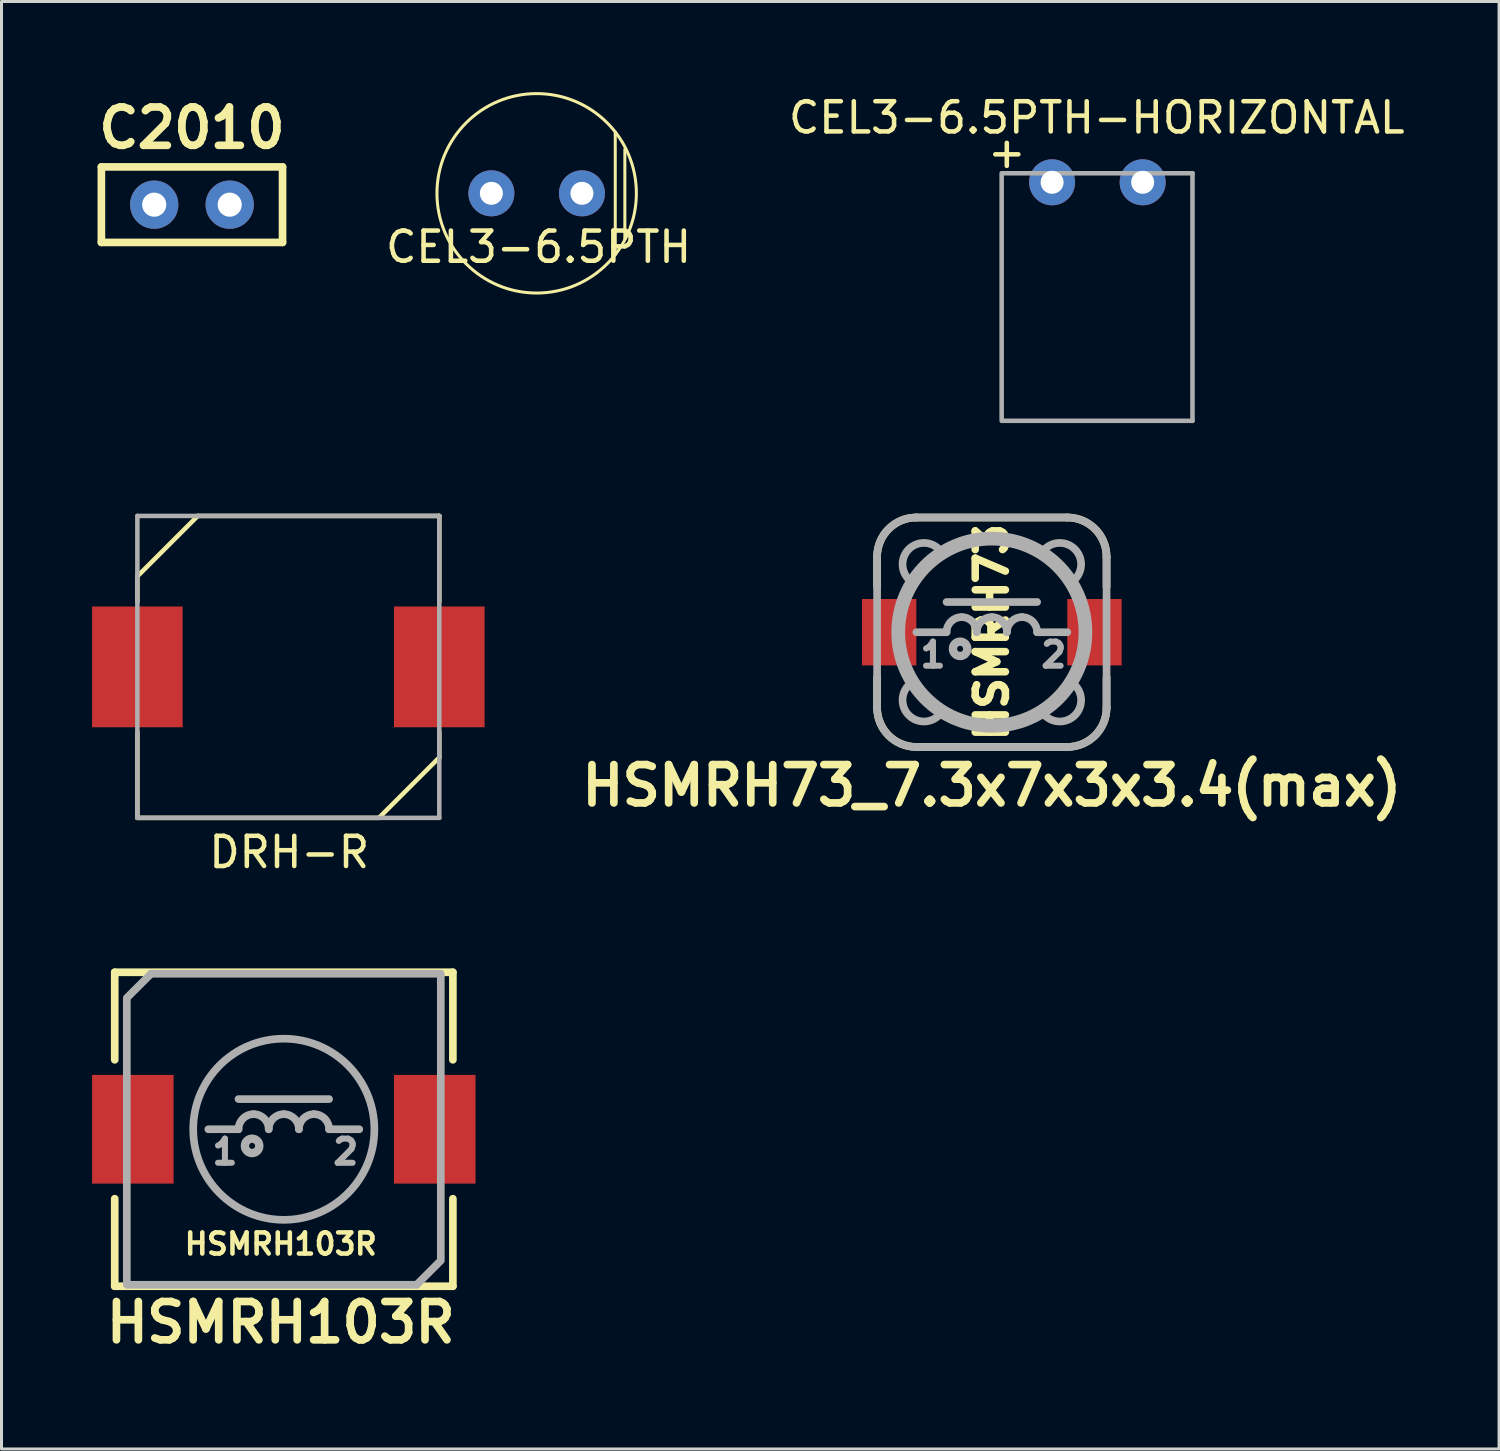
<source format=kicad_pcb>
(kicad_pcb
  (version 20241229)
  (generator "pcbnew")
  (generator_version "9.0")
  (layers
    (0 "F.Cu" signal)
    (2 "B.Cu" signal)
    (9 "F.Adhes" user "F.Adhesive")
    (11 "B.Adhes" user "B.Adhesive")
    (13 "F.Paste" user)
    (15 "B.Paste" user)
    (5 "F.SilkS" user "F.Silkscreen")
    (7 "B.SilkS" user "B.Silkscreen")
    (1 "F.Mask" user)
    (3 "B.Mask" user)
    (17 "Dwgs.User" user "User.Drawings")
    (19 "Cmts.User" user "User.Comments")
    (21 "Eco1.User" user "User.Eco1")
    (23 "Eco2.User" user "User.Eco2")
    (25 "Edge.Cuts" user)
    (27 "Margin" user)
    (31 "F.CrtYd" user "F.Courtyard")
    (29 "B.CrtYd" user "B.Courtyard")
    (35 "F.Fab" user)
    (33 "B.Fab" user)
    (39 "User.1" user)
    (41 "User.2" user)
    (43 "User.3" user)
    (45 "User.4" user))
  (footprint "CEL3-6.5PTH-HORIZONTAL"
    (layer "F.Cu")
    (at 33.297 2.988)
    (property "Reference" "CEL3-6.5PTH-HORIZONTAL" (at -0.02 -2.14 0) (layer "F.SilkS") (effects (font (size 1 1) (thickness 0.15))))
    (attr through_hole)
    (fp_line (start -3.17 7.9) (end -3.17 -0.3) (stroke (width 0.15) (type solid)) (layer "F.Fab"))
    (fp_line (start -3.15 -0.3) (end 3.15 -0.3) (stroke (width 0.15) (type solid)) (layer "F.Fab"))
    (fp_line (start 3.15 -0.3) (end 3.15 7.9) (stroke (width 0.15) (type solid)) (layer "F.Fab"))
    (fp_line (start 3.15 7.9) (end -3.15 7.9) (stroke (width 0.15) (type solid)) (layer "F.Fab"))
    (fp_text user "+" (at -3 -1 0) (layer "F.SilkS") (effects (font (size 1 1) (thickness 0.15))))
    (pad "1" thru_hole oval (at -1.5 0) (size 1.524 1.524) (drill 0.762) (layers "*.Cu" "*.Mask"))
    (pad "2" thru_hole circle (at 1.5 0) (size 1.524 1.524) (drill 0.762) (layers "*.Cu" "*.Mask")))
  (footprint "HSMRH103R"
    (layer "F.Cu")
    (at 6.35 34.353)
    (property "Reference" "HSMRH103R" (at -0.1 6.4 0) (layer "F.SilkS") (effects (font (size 1.27 1.27) (thickness 0.254))))
    (attr smd)
    (fp_line (start -5.6 -5.2) (end -5.6 -2.3) (stroke (width 0.254) (type solid)) (layer "F.SilkS"))
    (fp_line (start -5.6 -5.2) (end 5.6 -5.2) (stroke (width 0.254) (type solid)) (layer "F.SilkS"))
    (fp_line (start -5.6 5.2) (end -5.6 2.3) (stroke (width 0.254) (type solid)) (layer "F.SilkS"))
    (fp_line (start 5.6 -5.2) (end 5.6 -2.3) (stroke (width 0.254) (type solid)) (layer "F.SilkS"))
    (fp_line (start 5.6 5.2) (end -5.6 5.2) (stroke (width 0.254) (type solid)) (layer "F.SilkS"))
    (fp_line (start 5.6 5.2) (end 5.6 2.3) (stroke (width 0.254) (type solid)) (layer "F.SilkS"))
    (fp_line (start -5.2 5.15) (end -5.2 -4.35) (stroke (width 0.254) (type solid)) (layer "F.Fab"))
    (fp_line (start -4.4 -5.15) (end -5.15 -4.4) (stroke (width 0.254) (type solid)) (layer "F.Fab"))
    (fp_line (start -4.4 -5.15) (end 5.15 -5.15) (stroke (width 0.254) (type solid)) (layer "F.Fab"))
    (fp_line (start -1.5 -1) (end 1.5 -1) (stroke (width 0.254) (type solid)) (layer "F.Fab"))
    (fp_line (start -1.5 0) (end -2.5 0) (stroke (width 0.254) (type solid)) (layer "F.Fab"))
    (fp_line (start 1.5 0) (end 2.5 0) (stroke (width 0.254) (type solid)) (layer "F.Fab"))
    (fp_line (start 4.4 5.15) (end -5.15 5.15) (stroke (width 0.254) (type solid)) (layer "F.Fab"))
    (fp_line (start 4.4 5.15) (end 5.15 4.4) (stroke (width 0.254) (type solid)) (layer "F.Fab"))
    (fp_line (start 5.2 -5.15) (end 5.2 4.35) (stroke (width 0.254) (type solid)) (layer "F.Fab"))
    (fp_arc (start -1.5 0) (mid -1.353553 -0.353553) (end -1 -0.5) (stroke (width 0.254) (type solid)) (layer "F.Fab"))
    (fp_arc (start -1 -0.5) (mid -0.646447 -0.353553) (end -0.5 0) (stroke (width 0.254) (type solid)) (layer "F.Fab"))
    (fp_arc (start -0.5 0) (mid -0.353553 -0.353553) (end 0 -0.5) (stroke (width 0.254) (type solid)) (layer "F.Fab"))
    (fp_arc (start 0 -0.5) (mid 0.353553 -0.353553) (end 0.5 0) (stroke (width 0.254) (type solid)) (layer "F.Fab"))
    (fp_arc (start 0.5 0) (mid 0.646447 -0.353553) (end 1 -0.5) (stroke (width 0.254) (type solid)) (layer "F.Fab"))
    (fp_arc (start 1 -0.5) (mid 1.353553 -0.353553) (end 1.5 0) (stroke (width 0.254) (type solid)) (layer "F.Fab"))
    (fp_circle (center -1.05 0.55) (end -1.15 0.55) (stroke (width 0.254) (type solid)) (fill no) (layer "F.Fab"))
    (fp_circle (center -1.05 0.55) (end -1.05 0.8) (stroke (width 0.254) (type solid)) (fill no) (layer "F.Fab"))
    (fp_circle (center 0 0) (end 0 3) (stroke (width 0.254) (type solid)) (fill no) (layer "F.Fab"))
    (fp_text user "HSMRH103R" (at -0.1 3.8 180) (layer "F.SilkS") (effects (font (size 0.7 0.7) (thickness 0.15))))
    (fp_text user "2" (at 2.05 0.75 0) (layer "F.Fab") (effects (font (size 0.8 0.8) (thickness 0.2))))
    (fp_text user "1" (at -1.95 0.75 0) (layer "F.Fab") (effects (font (size 0.8 0.8) (thickness 0.2))))
    (pad "1" smd rect (at -5 0) (size 2.7 3.6) (layers "F.Cu" "F.Mask" "F.Paste"))
    (pad "2" smd rect (at 5 0) (size 2.7 3.6) (layers "F.Cu" "F.Mask" "F.Paste")))
  (footprint "C2010"
    (layer "F.Cu")
    (at 3.308 3.729)
    (property "Reference" "C2010" (at 0 -2.54 180) (layer "F.SilkS") (effects (font (size 1.27 1.27) (thickness 0.254))))
    (attr through_hole)
    (fp_line (start -3 -1.25) (end 3 -1.25) (stroke (width 0.254) (type solid)) (layer "F.SilkS"))
    (fp_line (start -3 1.25) (end -3 -1.25) (stroke (width 0.254) (type solid)) (layer "F.SilkS"))
    (fp_line (start -3 1.25) (end 3 1.25) (stroke (width 0.254) (type solid)) (layer "F.SilkS"))
    (fp_line (start 3 1.25) (end 3 -1.25) (stroke (width 0.254) (type solid)) (layer "F.SilkS"))
    (pad "1" thru_hole circle (at -1.25 0) (size 1.6 1.6) (drill 0.8) (layers "*.Cu" "*.Mask"))
    (pad "2" thru_hole circle (at 1.25 0) (size 1.6 1.6) (drill 0.8) (layers "*.Cu" "*.Mask")))
  (footprint "CEL3-6.5PTH"
    (layer "F.Cu")
    (at 14.725 3.353)
    (property "Reference" "CEL3-6.5PTH" (at 0.064 1.778 0) (layer "F.SilkS") (effects (font (size 1 1) (thickness 0.15))))
    (attr through_hole)
    (fp_line (start 2.603 -2.032) (end 2.603 2.032) (stroke (width 0.1) (type solid)) (layer "F.SilkS"))
    (fp_line (start 2.921 -1.46) (end 2.921 1.524) (stroke (width 0.1) (type solid)) (layer "F.SilkS"))
    (fp_circle (center 0 0) (end -3.302 -0.064) (stroke (width 0.1) (type solid)) (fill no) (layer "F.SilkS"))
    (pad "1" thru_hole oval (at -1.5 0) (size 1.524 1.524) (drill 0.762) (layers "*.Cu" "*.Mask"))
    (pad "2" thru_hole circle (at 1.5 0) (size 1.524 1.524) (drill 0.762) (layers "*.Cu" "*.Mask")))
  (footprint "DRH-R"
    (layer "F.Cu")
    (at 6.5 19.038)
    (property "Reference" "DRH-R" (at 0.03 6.14 0) (layer "F.SilkS") (effects (font (size 1 1) (thickness 0.15))))
    (attr smd)
    (fp_line (start -5 -3) (end -3 -5) (stroke (width 0.15) (type solid)) (layer "F.SilkS"))
    (fp_line (start -5 -2.159) (end -5 -3) (stroke (width 0.15) (type solid)) (layer "F.SilkS"))
    (fp_line (start -5 5) (end -5 2.159) (stroke (width 0.15) (type solid)) (layer "F.SilkS"))
    (fp_line (start -3 -5) (end 5 -5) (stroke (width 0.15) (type solid)) (layer "F.SilkS"))
    (fp_line (start 3 5) (end -5 5) (stroke (width 0.15) (type solid)) (layer "F.SilkS"))
    (fp_line (start 5 -5) (end 5 -2.159) (stroke (width 0.15) (type solid)) (layer "F.SilkS"))
    (fp_line (start 5 2.159) (end 5 3) (stroke (width 0.15) (type solid)) (layer "F.SilkS"))
    (fp_line (start 5 3) (end 3 5) (stroke (width 0.15) (type solid)) (layer "F.SilkS"))
    (fp_line (start -5 -5) (end 5 -5) (stroke (width 0.15) (type solid)) (layer "F.Fab"))
    (fp_line (start -5 5) (end -5 -5) (stroke (width 0.15) (type solid)) (layer "F.Fab"))
    (fp_line (start 5 -5) (end 5 5) (stroke (width 0.15) (type solid)) (layer "F.Fab"))
    (fp_line (start 5 5) (end -5 5) (stroke (width 0.15) (type solid)) (layer "F.Fab"))
    (pad "1" smd rect (at -5 0) (size 3 4) (layers "F.Cu" "F.Mask" "F.Paste"))
    (pad "2" smd rect (at 5 0) (size 3 4) (layers "F.Cu" "F.Mask" "F.Paste")))
  (footprint "HSMRH73_7.3x7x3x3.4(max)"
    (layer "F.Cu")
    (at 29.801 17.89)
    (property "Reference" "HSMRH73_7.3x7x3x3.4(max)" (at 0 5.08 0) (layer "F.SilkS") (effects (font (size 1.27 1.27) (thickness 0.254))))
    (attr smd)
    (fp_line (start -3.8 -1.5) (end -3.8 -2.5) (stroke (width 0.254) (type solid)) (layer "F.SilkS"))
    (fp_line (start -3.8 2.5) (end -3.8 1.5) (stroke (width 0.254) (type solid)) (layer "F.SilkS"))
    (fp_line (start -2.5 -3.8) (end 2.5 -3.8) (stroke (width 0.254) (type solid)) (layer "F.SilkS"))
    (fp_line (start 2.5 3.8) (end -2.5 3.8) (stroke (width 0.254) (type solid)) (layer "F.SilkS"))
    (fp_line (start 3.8 -2.5) (end 3.8 -1.5) (stroke (width 0.254) (type solid)) (layer "F.SilkS"))
    (fp_line (start 3.8 1.5) (end 3.8 2.5) (stroke (width 0.254) (type solid)) (layer "F.SilkS"))
    (fp_arc (start -3.8 -2.5) (mid -3.419239 -3.419239) (end -2.5 -3.8) (stroke (width 0.254) (type solid)) (layer "F.SilkS"))
    (fp_arc (start -2.5 3.8) (mid -3.419239 3.419239) (end -3.8 2.5) (stroke (width 0.254) (type solid)) (layer "F.SilkS"))
    (fp_arc (start 2.5 -3.8) (mid 3.419239 -3.419239) (end 3.8 -2.5) (stroke (width 0.254) (type solid)) (layer "F.SilkS"))
    (fp_arc (start 3.8 2.5) (mid 3.419239 3.419239) (end 2.5 3.8) (stroke (width 0.254) (type solid)) (layer "F.SilkS"))
    (fp_line (start -3.8 2.5) (end -3.8 -2.5) (stroke (width 0.254) (type solid)) (layer "F.Fab"))
    (fp_line (start -2.5 -3.8) (end 2.5 -3.8) (stroke (width 0.254) (type solid)) (layer "F.Fab"))
    (fp_line (start -1.5 -1) (end 1.5 -1) (stroke (width 0.254) (type solid)) (layer "F.Fab"))
    (fp_line (start -1.5 0) (end -2.5 0) (stroke (width 0.254) (type solid)) (layer "F.Fab"))
    (fp_line (start 1.5 0) (end 2.5 0) (stroke (width 0.254) (type solid)) (layer "F.Fab"))
    (fp_line (start 2.5 3.8) (end -2.5 3.8) (stroke (width 0.254) (type solid)) (layer "F.Fab"))
    (fp_line (start 3.8 -2.5) (end 3.8 2.5) (stroke (width 0.254) (type solid)) (layer "F.Fab"))
    (fp_arc (start -3.8 -2.5) (mid -3.419239 -3.419239) (end -2.5 -3.8) (stroke (width 0.254) (type solid)) (layer "F.Fab"))
    (fp_arc (start -2.75 -1.75) (mid -2.75 -2.75) (end -1.75 -2.75) (stroke (width 0.254) (type solid)) (layer "F.Fab"))
    (fp_arc (start -2.5 3.8) (mid -3.419239 3.419239) (end -3.8 2.5) (stroke (width 0.254) (type solid)) (layer "F.Fab"))
    (fp_arc (start -1.75 2.75) (mid -2.75 2.75) (end -2.75 1.75) (stroke (width 0.254) (type solid)) (layer "F.Fab"))
    (fp_arc (start -1.5 0) (mid -1.353553 -0.353553) (end -1 -0.5) (stroke (width 0.254) (type solid)) (layer "F.Fab"))
    (fp_arc (start -1 -0.5) (mid -0.646447 -0.353553) (end -0.5 0) (stroke (width 0.254) (type solid)) (layer "F.Fab"))
    (fp_arc (start -0.5 0) (mid -0.353553 -0.353553) (end 0 -0.5) (stroke (width 0.254) (type solid)) (layer "F.Fab"))
    (fp_arc (start 0 -0.5) (mid 0.353553 -0.353553) (end 0.5 0) (stroke (width 0.254) (type solid)) (layer "F.Fab"))
    (fp_arc (start 0.5 0) (mid 0.646447 -0.353553) (end 1 -0.5) (stroke (width 0.254) (type solid)) (layer "F.Fab"))
    (fp_arc (start 1 -0.5) (mid 1.353553 -0.353553) (end 1.5 0) (stroke (width 0.254) (type solid)) (layer "F.Fab"))
    (fp_arc (start 1.75 -2.75) (mid 2.75 -2.75) (end 2.75 -1.75) (stroke (width 0.254) (type solid)) (layer "F.Fab"))
    (fp_arc (start 2.5 -3.8) (mid 3.419239 -3.419239) (end 3.8 -2.5) (stroke (width 0.254) (type solid)) (layer "F.Fab"))
    (fp_arc (start 2.75 1.75) (mid 2.75 2.75) (end 1.75 2.75) (stroke (width 0.254) (type solid)) (layer "F.Fab"))
    (fp_arc (start 3.8 2.5) (mid 3.419239 3.419239) (end 2.5 3.8) (stroke (width 0.254) (type solid)) (layer "F.Fab"))
    (fp_circle (center -1.05 0.55) (end -1.15 0.55) (stroke (width 0.254) (type solid)) (fill no) (layer "F.Fab"))
    (fp_circle (center -1.05 0.55) (end -1.05 0.8) (stroke (width 0.254) (type solid)) (fill no) (layer "F.Fab"))
    (fp_circle (center 0 0) (end 3 0) (stroke (width 0.254) (type solid)) (fill no) (layer "F.Fab"))
    (fp_circle (center 0 0) (end 3.2 0) (stroke (width 0.254) (type solid)) (fill no) (layer "F.Fab"))
    (fp_poly (pts (xy -2.75 1.75) (xy -3 2.25) (xy -2.75 2.75) (xy -2.25 3) (xy -1.75 2.75)) (stroke (width 0.1) (type solid)) (fill no) (layer "F.Fab"))
    (fp_poly (pts (xy -1.75 -2.75) (xy -2.25 -3) (xy -2.75 -2.75) (xy -3 -2.25) (xy -2.75 -1.75)) (stroke (width 0.1) (type solid)) (fill no) (layer "F.Fab"))
    (fp_poly (pts (xy 1.75 -2.75) (xy 2.25 -3) (xy 2.75 -2.75) (xy 3 -2.25) (xy 2.75 -1.75)) (stroke (width 0.1) (type solid)) (fill no) (layer "F.Fab"))
    (fp_poly (pts (xy 1.75 2.75) (xy 2.25 3) (xy 2.75 2.75) (xy 3 2.25) (xy 2.75 1.75)) (stroke (width 0.1) (type solid)) (fill no) (layer "F.Fab"))
    (fp_text user "HSMRH73" (at 0 0 90) (layer "F.SilkS") (effects (font (size 1 1) (thickness 0.25))))
    (fp_text user "1" (at -1.95 0.75 0) (layer "F.Fab") (effects (font (size 0.8 0.8) (thickness 0.2))))
    (fp_text user "2" (at 2.05 0.75 0) (layer "F.Fab") (effects (font (size 0.8 0.8) (thickness 0.2))))
    (pad "1" smd rect (at -3.4 0) (size 1.8 2.2) (layers "F.Cu" "F.Mask" "F.Paste"))
    (pad "2" smd rect (at 3.4 0) (size 1.8 2.2) (layers "F.Cu" "F.Mask" "F.Paste")))
  (gr_rect
    (start -3 -3)
    (end 46.601 44.942)
    (stroke (width 0.1) (type default))
    (fill no)
    (layer "Edge.Cuts")))
</source>
